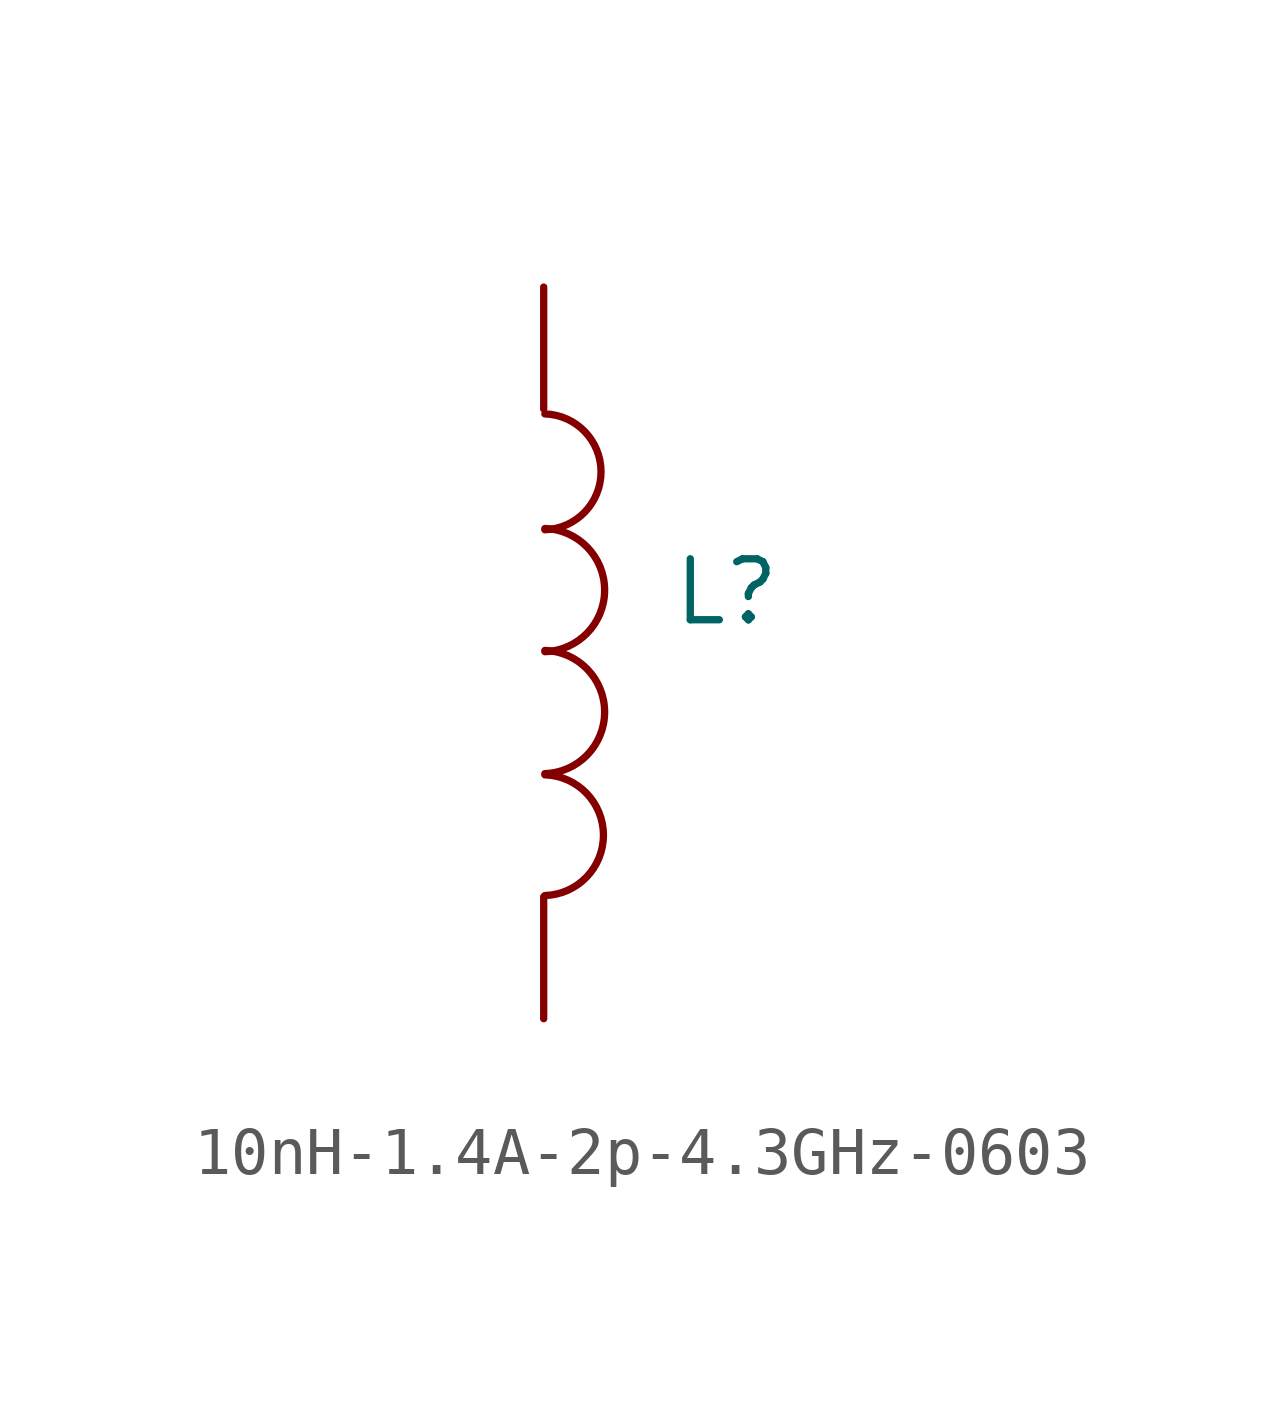
<source format=kicad_sym>
(kicad_symbol_lib
  (version 20220914)
  (generator kicad_symbol_editor)
  (symbol "10nH-1.4A-2p-4.3GHz-0603"
    (pin_numbers hide)
    (pin_names
      (offset 1.016) hide)
    (property "Reference" "L"
      (at 3.81 -6.35 0)
      (effects (font (size 1.27 1.27))))
    (property "Datasheet" ""
      (at 0 0 0)
      (effects (font (size 1.27 1.27))))
    (symbol "10nH-1.4A-2p-4.3GHz-0603_0_1"
      (arc (start 0.0254 -12.6746) (mid 1.2449 -11.4297) (end 0.0254 -10.16) (stroke (width 0) (type default)) (fill (type none)))
      (arc (start 0.0254 -10.1346) (mid 1.2703 -8.8644) (end 0.0254 -7.5692) (stroke (width 0) (type default)) (fill (type none)))
      (arc (start 0.0254 -7.5946) (mid 1.2703 -6.3244) (end 0.0254 -5.0292) (stroke (width 0) (type default)) (fill (type none)))
      (arc (start 0.0254 -5.0546) (mid 1.1941 -3.8605) (end 0.0254 -2.6416) (stroke (width 0) (type default)) (fill (type none))))
    (symbol "10nH-1.4A-2p-4.3GHz-0603_1_1"
      (pin passive line (at 0 0 270) (length 2.54) (name "1" (effects (font (size 1.778 1.778)))) (number "1" (effects (font (size 1.778 1.778)))))
      (pin passive line (at 0 -15.24 90) (length 2.54) (name "2" (effects (font (size 1.778 1.778)))) (number "2" (effects (font (size 1.778 1.778))))))))
</source>
